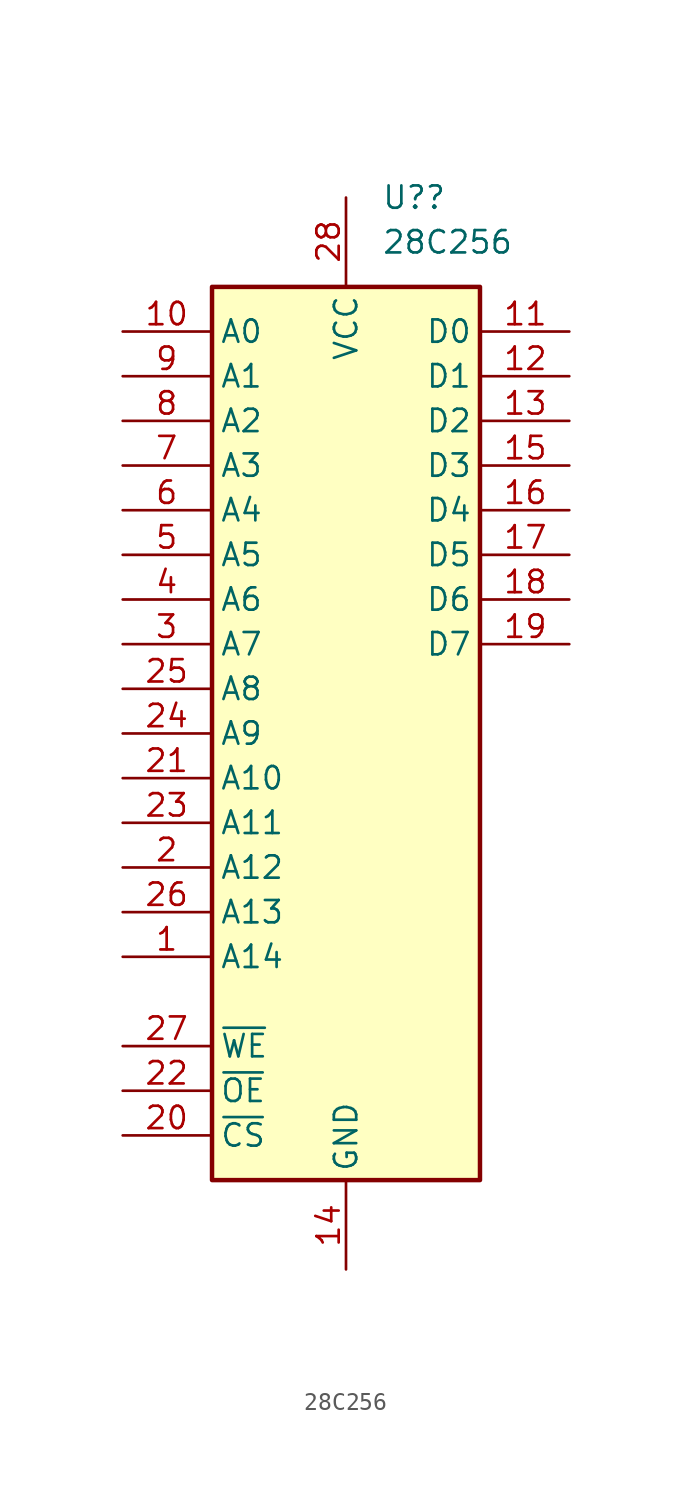
<source format=kicad_sym>
(kicad_symbol_lib
  (version 20211014)
  (generator kicad_symbol_editor)
  (symbol "28C256"
    (property "Reference" "U?"
      (at 2.019 30.48 0)
      (effects (font (size 1.27 1.27)) (justify left)))
    (property "Value" "28C256"
      (at 2.019 27.94 0)
      (effects (font (size 1.27 1.27)) (justify left)))
    (symbol "28C256_1_1"
      (rectangle (start -7.62 25.4) (end 7.62 -25.4) (stroke (width 0.254) (type default) (color 0 0 0 0)) (fill (type background)))
      (pin input line (at -12.7 -12.7 0) (length 5) (name "A14" (effects (font (size 1.27 1.27)))) (number "1" (effects (font (size 1.27 1.27)))))
      (pin input line (at -12.7 22.86 0) (length 5) (name "A0" (effects (font (size 1.27 1.27)))) (number "10" (effects (font (size 1.27 1.27)))))
      (pin tri_state line (at 12.7 22.86 180) (length 5) (name "D0" (effects (font (size 1.27 1.27)))) (number "11" (effects (font (size 1.27 1.27)))))
      (pin tri_state line (at 12.7 20.32 180) (length 5) (name "D1" (effects (font (size 1.27 1.27)))) (number "12" (effects (font (size 1.27 1.27)))))
      (pin tri_state line (at 12.7 17.78 180) (length 5) (name "D2" (effects (font (size 1.27 1.27)))) (number "13" (effects (font (size 1.27 1.27)))))
      (pin power_in line (at 0 -30.48 90) (length 5) (name "GND" (effects (font (size 1.27 1.27)))) (number "14" (effects (font (size 1.27 1.27)))))
      (pin tri_state line (at 12.7 15.24 180) (length 5) (name "D3" (effects (font (size 1.27 1.27)))) (number "15" (effects (font (size 1.27 1.27)))))
      (pin tri_state line (at 12.7 12.7 180) (length 5) (name "D4" (effects (font (size 1.27 1.27)))) (number "16" (effects (font (size 1.27 1.27)))))
      (pin tri_state line (at 12.7 10.16 180) (length 5) (name "D5" (effects (font (size 1.27 1.27)))) (number "17" (effects (font (size 1.27 1.27)))))
      (pin tri_state line (at 12.7 7.62 180) (length 5) (name "D6" (effects (font (size 1.27 1.27)))) (number "18" (effects (font (size 1.27 1.27)))))
      (pin tri_state line (at 12.7 5.08 180) (length 5) (name "D7" (effects (font (size 1.27 1.27)))) (number "19" (effects (font (size 1.27 1.27)))))
      (pin input line (at -12.7 -7.62 0) (length 5) (name "A12" (effects (font (size 1.27 1.27)))) (number "2" (effects (font (size 1.27 1.27)))))
      (pin input line (at -12.7 -22.86 0) (length 5) (name "~{CS}" (effects (font (size 1.27 1.27)))) (number "20" (effects (font (size 1.27 1.27)))))
      (pin input line (at -12.7 -2.54 0) (length 5) (name "A10" (effects (font (size 1.27 1.27)))) (number "21" (effects (font (size 1.27 1.27)))))
      (pin input line (at -12.7 -20.32 0) (length 5) (name "~{OE}" (effects (font (size 1.27 1.27)))) (number "22" (effects (font (size 1.27 1.27)))))
      (pin input line (at -12.7 -5.08 0) (length 5) (name "A11" (effects (font (size 1.27 1.27)))) (number "23" (effects (font (size 1.27 1.27)))))
      (pin input line (at -12.7 0 0) (length 5) (name "A9" (effects (font (size 1.27 1.27)))) (number "24" (effects (font (size 1.27 1.27)))))
      (pin input line (at -12.7 2.54 0) (length 5) (name "A8" (effects (font (size 1.27 1.27)))) (number "25" (effects (font (size 1.27 1.27)))))
      (pin input line (at -12.7 -10.16 0) (length 5) (name "A13" (effects (font (size 1.27 1.27)))) (number "26" (effects (font (size 1.27 1.27)))))
      (pin input line (at -12.7 -17.78 0) (length 5) (name "~{WE}" (effects (font (size 1.27 1.27)))) (number "27" (effects (font (size 1.27 1.27)))))
      (pin power_in line (at 0 30.48 270) (length 5) (name "VCC" (effects (font (size 1.27 1.27)))) (number "28" (effects (font (size 1.27 1.27)))))
      (pin input line (at -12.7 5.08 0) (length 5) (name "A7" (effects (font (size 1.27 1.27)))) (number "3" (effects (font (size 1.27 1.27)))))
      (pin input line (at -12.7 7.62 0) (length 5) (name "A6" (effects (font (size 1.27 1.27)))) (number "4" (effects (font (size 1.27 1.27)))))
      (pin input line (at -12.7 10.16 0) (length 5) (name "A5" (effects (font (size 1.27 1.27)))) (number "5" (effects (font (size 1.27 1.27)))))
      (pin input line (at -12.7 12.7 0) (length 5) (name "A4" (effects (font (size 1.27 1.27)))) (number "6" (effects (font (size 1.27 1.27)))))
      (pin input line (at -12.7 15.24 0) (length 5) (name "A3" (effects (font (size 1.27 1.27)))) (number "7" (effects (font (size 1.27 1.27)))))
      (pin input line (at -12.7 17.78 0) (length 5) (name "A2" (effects (font (size 1.27 1.27)))) (number "8" (effects (font (size 1.27 1.27)))))
      (pin input line (at -12.7 20.32 0) (length 5) (name "A1" (effects (font (size 1.27 1.27)))) (number "9" (effects (font (size 1.27 1.27))))))))
</source>
